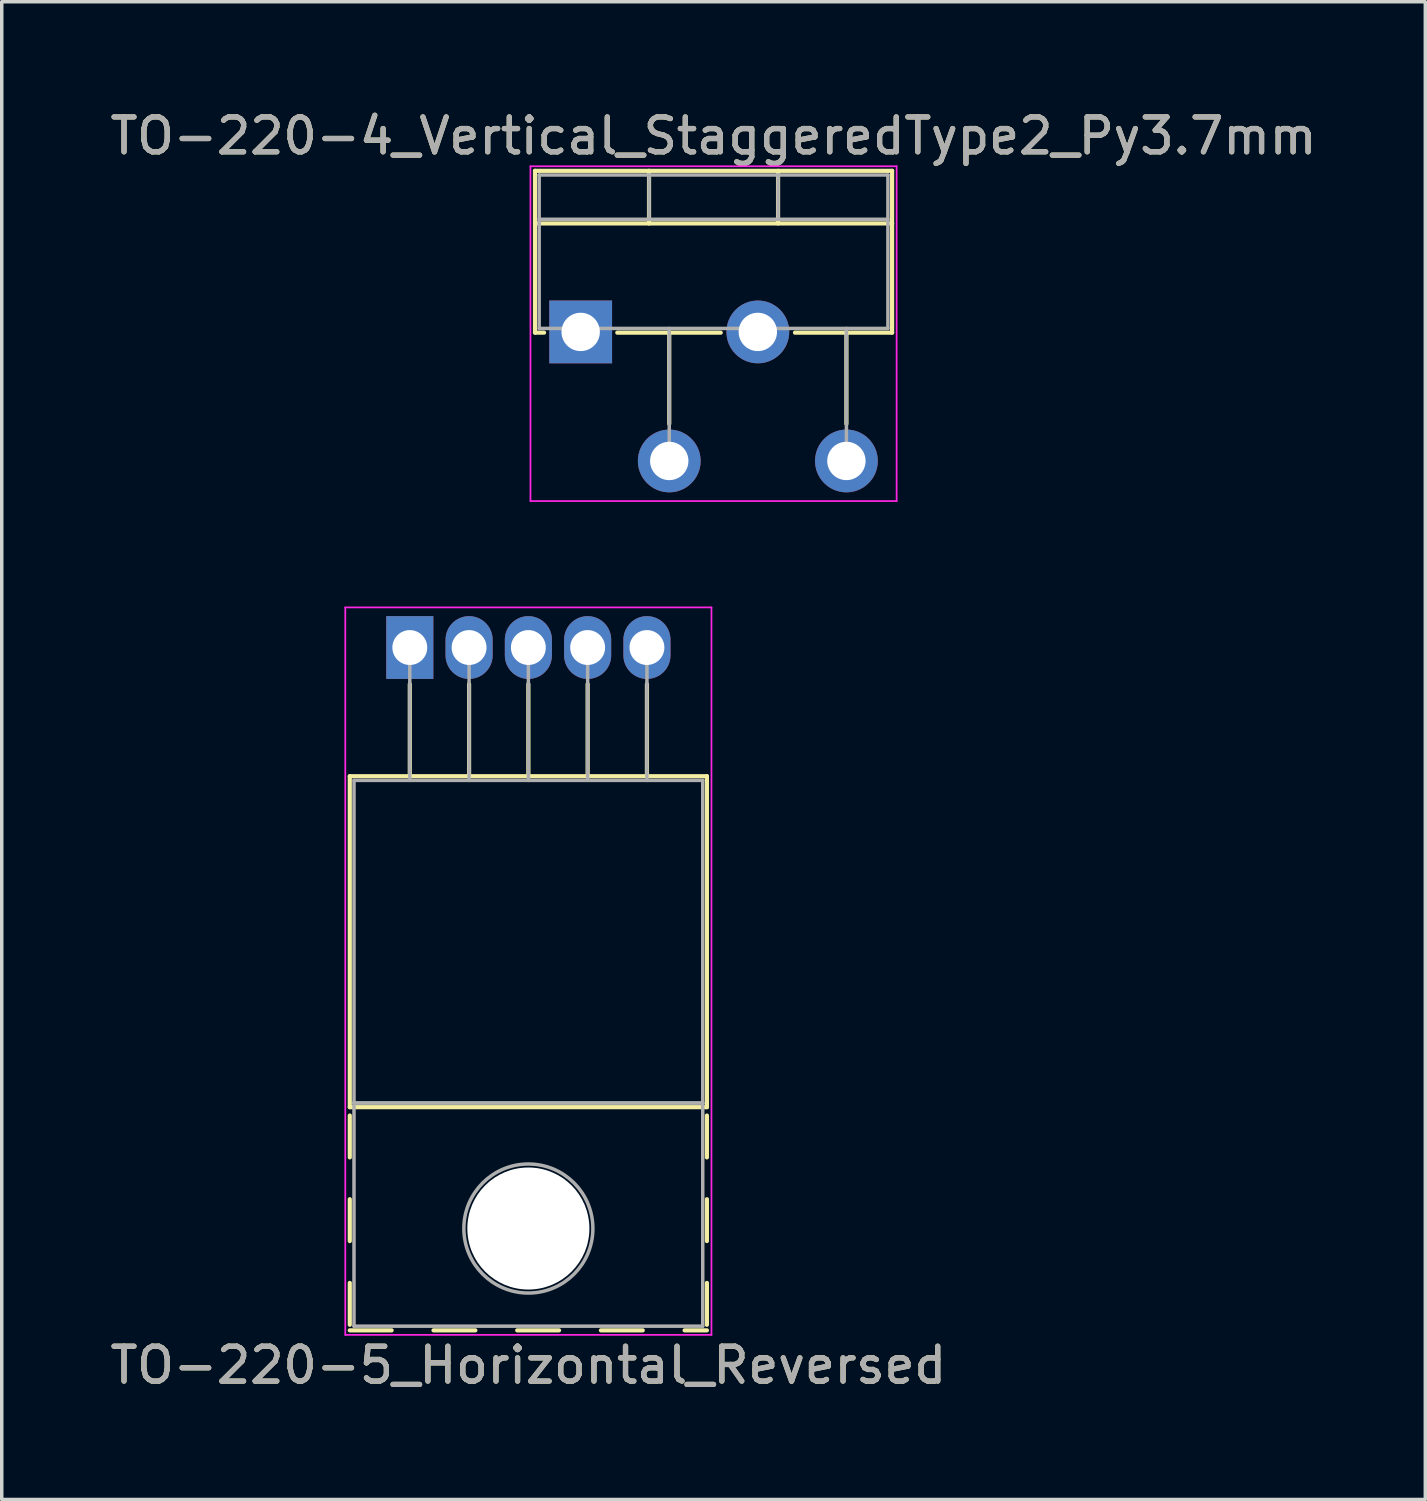
<source format=kicad_pcb>
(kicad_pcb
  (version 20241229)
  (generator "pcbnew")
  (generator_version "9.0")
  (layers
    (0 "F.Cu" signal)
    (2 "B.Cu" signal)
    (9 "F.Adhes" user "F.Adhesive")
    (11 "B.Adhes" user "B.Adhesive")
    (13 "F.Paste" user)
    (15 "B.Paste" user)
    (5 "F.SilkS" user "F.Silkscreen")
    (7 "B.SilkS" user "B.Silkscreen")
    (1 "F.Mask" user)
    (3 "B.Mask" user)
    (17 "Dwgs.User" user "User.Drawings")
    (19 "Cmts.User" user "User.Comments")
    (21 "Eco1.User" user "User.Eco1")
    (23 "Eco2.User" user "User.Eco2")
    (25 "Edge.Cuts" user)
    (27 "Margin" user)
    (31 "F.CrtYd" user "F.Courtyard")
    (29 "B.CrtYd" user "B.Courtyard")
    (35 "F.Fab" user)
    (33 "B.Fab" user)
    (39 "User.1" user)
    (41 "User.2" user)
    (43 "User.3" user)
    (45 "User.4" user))
  (footprint "TO-220-5_Horizontal_Reversed"
    (layer "F.Cu")
    (at 8.701 15.518)
    (property "Reference" "TO-220-5_Horizontal_Reversed" (at 3.4 20.58 0) (layer "F.SilkS") (effects (font (size 1 1) (thickness 0.15))))
    (attr through_hole)
    (fp_line (start -1.721 3.69) (end -1.721 13.18) (stroke (width 0.12) (type solid)) (layer "F.SilkS"))
    (fp_line (start -1.721 3.69) (end 8.52 3.69) (stroke (width 0.12) (type solid)) (layer "F.SilkS"))
    (fp_line (start -1.721 13.18) (end 8.52 13.18) (stroke (width 0.12) (type solid)) (layer "F.SilkS"))
    (fp_line (start -1.721 13.42) (end -1.721 14.62) (stroke (width 0.12) (type solid)) (layer "F.SilkS"))
    (fp_line (start -1.721 15.82) (end -1.721 17.02) (stroke (width 0.12) (type solid)) (layer "F.SilkS"))
    (fp_line (start -1.721 18.22) (end -1.721 19.42) (stroke (width 0.12) (type solid)) (layer "F.SilkS"))
    (fp_line (start -1.721 19.58) (end -0.521 19.58) (stroke (width 0.12) (type solid)) (layer "F.SilkS"))
    (fp_line (start 0 1.05) (end 0 3.69) (stroke (width 0.12) (type solid)) (layer "F.SilkS"))
    (fp_line (start 0.68 19.58) (end 1.88 19.58) (stroke (width 0.12) (type solid)) (layer "F.SilkS"))
    (fp_line (start 1.7 1.05) (end 1.7 3.69) (stroke (width 0.12) (type solid)) (layer "F.SilkS"))
    (fp_line (start 3.08 19.58) (end 4.28 19.58) (stroke (width 0.12) (type solid)) (layer "F.SilkS"))
    (fp_line (start 3.4 1.05) (end 3.4 3.69) (stroke (width 0.12) (type solid)) (layer "F.SilkS"))
    (fp_line (start 5.1 1.05) (end 5.1 3.69) (stroke (width 0.12) (type solid)) (layer "F.SilkS"))
    (fp_line (start 5.48 19.58) (end 6.68 19.58) (stroke (width 0.12) (type solid)) (layer "F.SilkS"))
    (fp_line (start 6.8 1.05) (end 6.8 3.69) (stroke (width 0.12) (type solid)) (layer "F.SilkS"))
    (fp_line (start 7.88 19.58) (end 8.52 19.58) (stroke (width 0.12) (type solid)) (layer "F.SilkS"))
    (fp_line (start 8.52 3.69) (end 8.52 13.18) (stroke (width 0.12) (type solid)) (layer "F.SilkS"))
    (fp_line (start 8.52 13.42) (end 8.52 14.62) (stroke (width 0.12) (type solid)) (layer "F.SilkS"))
    (fp_line (start 8.52 15.82) (end 8.52 17.02) (stroke (width 0.12) (type solid)) (layer "F.SilkS"))
    (fp_line (start 8.52 18.22) (end 8.52 19.42) (stroke (width 0.12) (type solid)) (layer "F.SilkS"))
    (fp_line (start -1.85 -1.15) (end -1.85 19.71) (stroke (width 0.05) (type solid)) (layer "F.CrtYd"))
    (fp_line (start -1.85 19.71) (end 8.65 19.71) (stroke (width 0.05) (type solid)) (layer "F.CrtYd"))
    (fp_line (start 8.65 -1.15) (end -1.85 -1.15) (stroke (width 0.05) (type solid)) (layer "F.CrtYd"))
    (fp_line (start 8.65 19.71) (end 8.65 -1.15) (stroke (width 0.05) (type solid)) (layer "F.CrtYd"))
    (fp_line (start -1.6 3.81) (end -1.6 13.06) (stroke (width 0.1) (type solid)) (layer "F.Fab"))
    (fp_line (start -1.6 13.06) (end -1.6 19.46) (stroke (width 0.1) (type solid)) (layer "F.Fab"))
    (fp_line (start -1.6 13.06) (end 8.4 13.06) (stroke (width 0.1) (type solid)) (layer "F.Fab"))
    (fp_line (start -1.6 19.46) (end 8.4 19.46) (stroke (width 0.1) (type solid)) (layer "F.Fab"))
    (fp_line (start 0 3.81) (end 0 0) (stroke (width 0.1) (type solid)) (layer "F.Fab"))
    (fp_line (start 1.7 3.81) (end 1.7 0) (stroke (width 0.1) (type solid)) (layer "F.Fab"))
    (fp_line (start 3.4 3.81) (end 3.4 0) (stroke (width 0.1) (type solid)) (layer "F.Fab"))
    (fp_line (start 5.1 3.81) (end 5.1 0) (stroke (width 0.1) (type solid)) (layer "F.Fab"))
    (fp_line (start 6.8 3.81) (end 6.8 0) (stroke (width 0.1) (type solid)) (layer "F.Fab"))
    (fp_line (start 8.4 3.81) (end -1.6 3.81) (stroke (width 0.1) (type solid)) (layer "F.Fab"))
    (fp_line (start 8.4 13.06) (end -1.6 13.06) (stroke (width 0.1) (type solid)) (layer "F.Fab"))
    (fp_line (start 8.4 13.06) (end 8.4 3.81) (stroke (width 0.1) (type solid)) (layer "F.Fab"))
    (fp_line (start 8.4 19.46) (end 8.4 13.06) (stroke (width 0.1) (type solid)) (layer "F.Fab"))
    (fp_circle (center 3.4 16.66) (end 5.25 16.66) (stroke (width 0.1) (type solid)) (fill no) (layer "F.Fab"))
    (fp_text user "${REFERENCE}" (at 3.4 20.58 0) (layer "F.Fab") (effects (font (size 1 1) (thickness 0.15))))
    (pad "" np_thru_hole oval (at 3.4 16.66) (size 3.5 3.5) (drill 3.5) (layers "*.Cu" "*.Mask"))
    (pad "1" thru_hole rect (at 0 0) (size 1.35 1.8) (drill 1) (layers "*.Cu" "*.Mask"))
    (pad "2" thru_hole oval (at 1.7 0) (size 1.35 1.8) (drill 1) (layers "*.Cu" "*.Mask"))
    (pad "3" thru_hole oval (at 3.4 0) (size 1.35 1.8) (drill 1) (layers "*.Cu" "*.Mask"))
    (pad "4" thru_hole oval (at 5.1 0) (size 1.35 1.8) (drill 1) (layers "*.Cu" "*.Mask"))
    (pad "5" thru_hole oval (at 6.8 0) (size 1.35 1.8) (drill 1) (layers "*.Cu" "*.Mask")))
  (footprint "TO-220-4_Vertical_StaggeredType2_Py3.7mm"
    (layer "F.Cu")
    (at 13.601 6.468)
    (property "Reference" "TO-220-4_Vertical_StaggeredType2_Py3.7mm" (at 3.81 -5.62 0) (layer "F.SilkS") (effects (font (size 1 1) (thickness 0.15))))
    (attr through_hole)
    (fp_line (start -1.31 -4.62) (end -1.31 0.021) (stroke (width 0.12) (type solid)) (layer "F.SilkS"))
    (fp_line (start -1.31 -4.62) (end 8.93 -4.62) (stroke (width 0.12) (type solid)) (layer "F.SilkS"))
    (fp_line (start -1.31 -3.111) (end 8.93 -3.111) (stroke (width 0.12) (type solid)) (layer "F.SilkS"))
    (fp_line (start -1.31 0.021) (end -1.05 0.021) (stroke (width 0.12) (type solid)) (layer "F.SilkS"))
    (fp_line (start 1.05 0.021) (end 4.016 0.021) (stroke (width 0.12) (type solid)) (layer "F.SilkS"))
    (fp_line (start 1.96 -4.62) (end 1.96 -3.111) (stroke (width 0.12) (type solid)) (layer "F.SilkS"))
    (fp_line (start 2.54 0.021) (end 2.54 2.635) (stroke (width 0.12) (type solid)) (layer "F.SilkS"))
    (fp_line (start 5.66 -4.62) (end 5.66 -3.111) (stroke (width 0.12) (type solid)) (layer "F.SilkS"))
    (fp_line (start 6.145 0.021) (end 8.93 0.021) (stroke (width 0.12) (type solid)) (layer "F.SilkS"))
    (fp_line (start 7.62 0.021) (end 7.62 2.635) (stroke (width 0.12) (type solid)) (layer "F.SilkS"))
    (fp_line (start 8.93 -4.62) (end 8.93 0.021) (stroke (width 0.12) (type solid)) (layer "F.SilkS"))
    (fp_line (start -1.44 -4.75) (end -1.44 4.85) (stroke (width 0.05) (type solid)) (layer "F.CrtYd"))
    (fp_line (start -1.44 4.85) (end 9.06 4.85) (stroke (width 0.05) (type solid)) (layer "F.CrtYd"))
    (fp_line (start 9.06 -4.75) (end -1.44 -4.75) (stroke (width 0.05) (type solid)) (layer "F.CrtYd"))
    (fp_line (start 9.06 4.85) (end 9.06 -4.75) (stroke (width 0.05) (type solid)) (layer "F.CrtYd"))
    (fp_line (start -1.19 -4.5) (end -1.19 -0.1) (stroke (width 0.1) (type solid)) (layer "F.Fab"))
    (fp_line (start -1.19 -3.23) (end 8.81 -3.23) (stroke (width 0.1) (type solid)) (layer "F.Fab"))
    (fp_line (start -1.19 -0.1) (end 8.81 -0.1) (stroke (width 0.1) (type solid)) (layer "F.Fab"))
    (fp_line (start 0 -0.1) (end 0 0) (stroke (width 0.1) (type solid)) (layer "F.Fab"))
    (fp_line (start 1.96 -4.5) (end 1.96 -3.23) (stroke (width 0.1) (type solid)) (layer "F.Fab"))
    (fp_line (start 2.54 -0.1) (end 2.54 3.7) (stroke (width 0.1) (type solid)) (layer "F.Fab"))
    (fp_line (start 5.08 -0.1) (end 5.08 0) (stroke (width 0.1) (type solid)) (layer "F.Fab"))
    (fp_line (start 5.66 -4.5) (end 5.66 -3.23) (stroke (width 0.1) (type solid)) (layer "F.Fab"))
    (fp_line (start 7.62 -0.1) (end 7.62 3.7) (stroke (width 0.1) (type solid)) (layer "F.Fab"))
    (fp_line (start 8.81 -4.5) (end -1.19 -4.5) (stroke (width 0.1) (type solid)) (layer "F.Fab"))
    (fp_line (start 8.81 -0.1) (end 8.81 -4.5) (stroke (width 0.1) (type solid)) (layer "F.Fab"))
    (fp_text user "${REFERENCE}" (at 3.81 -5.62 0) (layer "F.Fab") (effects (font (size 1 1) (thickness 0.15))))
    (pad "1" thru_hole rect (at 0 0) (size 1.8 1.8) (drill 1.1) (layers "*.Cu" "*.Mask"))
    (pad "2" thru_hole oval (at 2.54 3.7) (size 1.8 1.8) (drill 1.1) (layers "*.Cu" "*.Mask"))
    (pad "3" thru_hole oval (at 5.08 0) (size 1.8 1.8) (drill 1.1) (layers "*.Cu" "*.Mask"))
    (pad "4" thru_hole oval (at 7.62 3.7) (size 1.8 1.8) (drill 1.1) (layers "*.Cu" "*.Mask")))
  (gr_rect
    (start -3 -3)
    (end 37.821 39.947)
    (stroke (width 0.1) (type default))
    (fill no)
    (layer "Edge.Cuts")))
</source>
